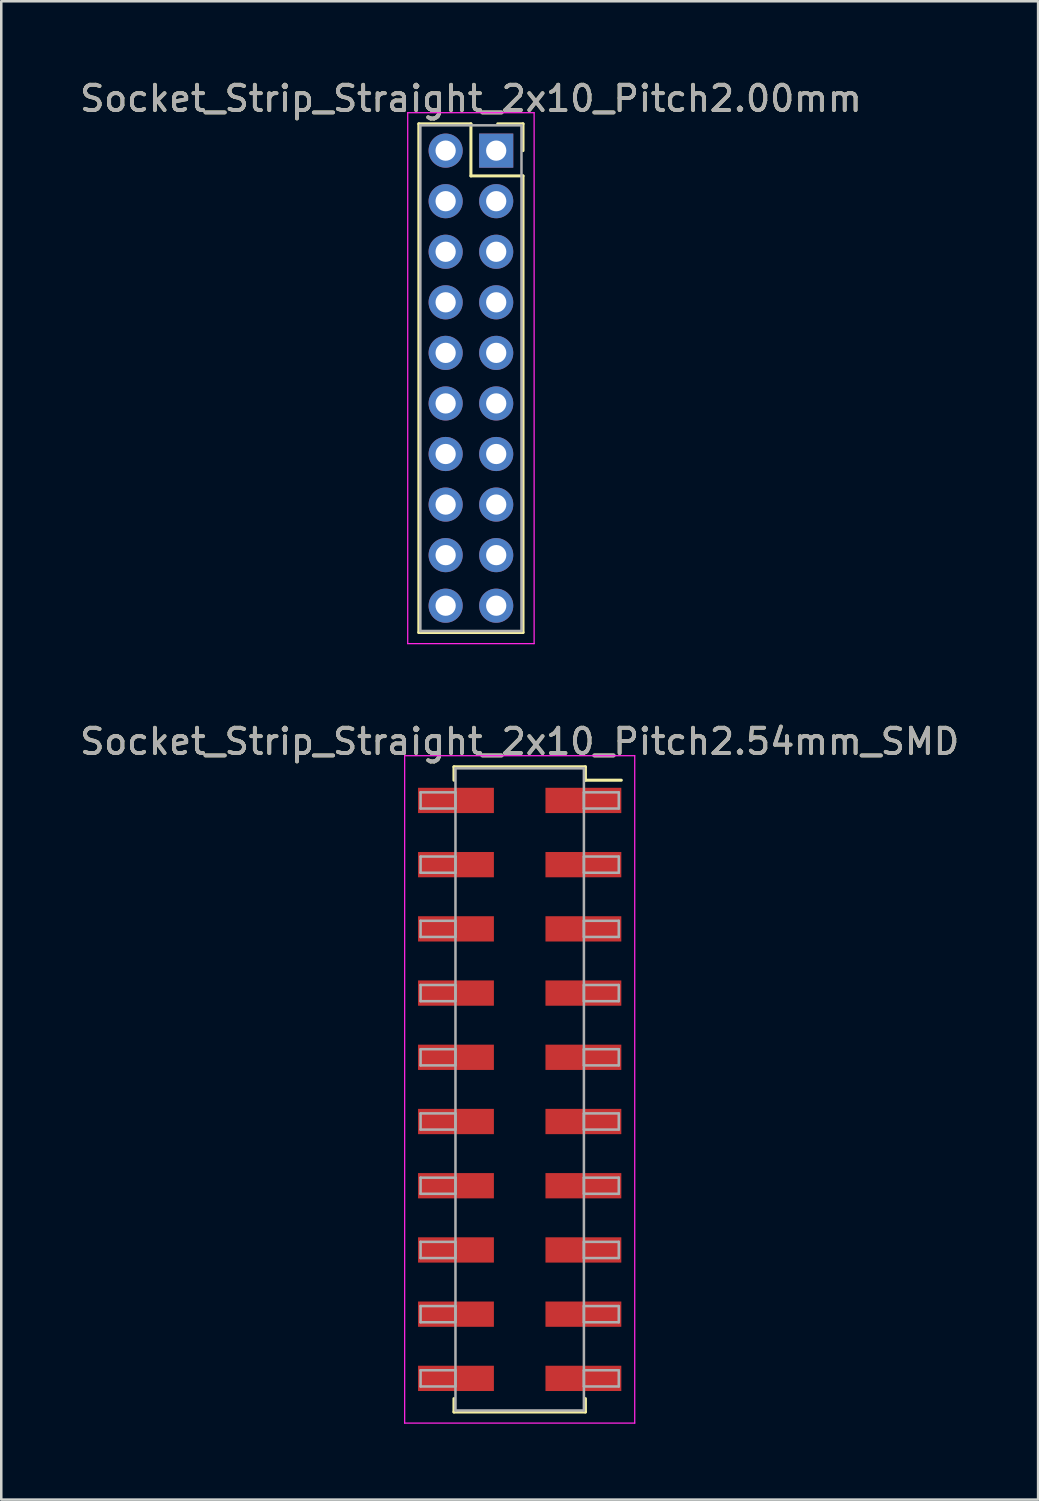
<source format=kicad_pcb>
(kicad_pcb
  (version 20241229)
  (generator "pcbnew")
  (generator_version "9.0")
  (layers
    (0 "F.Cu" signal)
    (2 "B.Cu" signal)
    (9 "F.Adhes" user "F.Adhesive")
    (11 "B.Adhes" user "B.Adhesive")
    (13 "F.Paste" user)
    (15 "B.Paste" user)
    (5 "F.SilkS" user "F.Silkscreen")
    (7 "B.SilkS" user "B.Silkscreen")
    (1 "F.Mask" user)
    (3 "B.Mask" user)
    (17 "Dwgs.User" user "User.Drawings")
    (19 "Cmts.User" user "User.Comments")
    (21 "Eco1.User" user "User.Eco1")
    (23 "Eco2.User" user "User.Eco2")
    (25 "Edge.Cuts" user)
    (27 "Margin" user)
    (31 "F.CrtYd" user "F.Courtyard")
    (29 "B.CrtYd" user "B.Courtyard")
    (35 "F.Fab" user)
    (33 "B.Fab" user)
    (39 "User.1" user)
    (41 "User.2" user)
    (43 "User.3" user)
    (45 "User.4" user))
  (footprint "Socket_Strip_Straight_2x10_Pitch2.54mm_SMD"
    (layer "F.Cu")
    (at 17.506 40.041)
    (property "Reference" "Socket_Strip_Straight_2x10_Pitch2.54mm_SMD" (at 0 -13.76 0) (layer "F.SilkS") (effects (font (size 1 1) (thickness 0.15))))
    (attr smd)
    (fp_line (start -2.6 -12.76) (end 2.6 -12.76) (stroke (width 0.12) (type solid)) (layer "F.SilkS"))
    (fp_line (start -2.6 -12.23) (end -2.6 -12.76) (stroke (width 0.12) (type solid)) (layer "F.SilkS"))
    (fp_line (start -2.6 12.23) (end -2.6 12.76) (stroke (width 0.12) (type solid)) (layer "F.SilkS"))
    (fp_line (start -2.6 12.76) (end 2.6 12.76) (stroke (width 0.12) (type solid)) (layer "F.SilkS"))
    (fp_line (start 2.6 -12.76) (end 2.6 -12.23) (stroke (width 0.12) (type solid)) (layer "F.SilkS"))
    (fp_line (start 2.6 12.76) (end 2.6 12.23) (stroke (width 0.12) (type solid)) (layer "F.SilkS"))
    (fp_line (start 4.02 -12.23) (end 2.6 -12.23) (stroke (width 0.12) (type solid)) (layer "F.SilkS"))
    (fp_line (start -4.55 -13.2) (end -4.55 13.2) (stroke (width 0.05) (type solid)) (layer "F.CrtYd"))
    (fp_line (start -4.55 13.2) (end 4.55 13.2) (stroke (width 0.05) (type solid)) (layer "F.CrtYd"))
    (fp_line (start 4.55 -13.2) (end -4.55 -13.2) (stroke (width 0.05) (type solid)) (layer "F.CrtYd"))
    (fp_line (start 4.55 13.2) (end 4.55 -13.2) (stroke (width 0.05) (type solid)) (layer "F.CrtYd"))
    (fp_line (start -3.92 -11.75) (end -2.54 -11.75) (stroke (width 0.1) (type solid)) (layer "F.Fab"))
    (fp_line (start -3.92 -11.11) (end -3.92 -11.75) (stroke (width 0.1) (type solid)) (layer "F.Fab"))
    (fp_line (start -3.92 -9.21) (end -2.54 -9.21) (stroke (width 0.1) (type solid)) (layer "F.Fab"))
    (fp_line (start -3.92 -8.57) (end -3.92 -9.21) (stroke (width 0.1) (type solid)) (layer "F.Fab"))
    (fp_line (start -3.92 -6.67) (end -2.54 -6.67) (stroke (width 0.1) (type solid)) (layer "F.Fab"))
    (fp_line (start -3.92 -6.03) (end -3.92 -6.67) (stroke (width 0.1) (type solid)) (layer "F.Fab"))
    (fp_line (start -3.92 -4.13) (end -2.54 -4.13) (stroke (width 0.1) (type solid)) (layer "F.Fab"))
    (fp_line (start -3.92 -3.49) (end -3.92 -4.13) (stroke (width 0.1) (type solid)) (layer "F.Fab"))
    (fp_line (start -3.92 -1.59) (end -2.54 -1.59) (stroke (width 0.1) (type solid)) (layer "F.Fab"))
    (fp_line (start -3.92 -0.95) (end -3.92 -1.59) (stroke (width 0.1) (type solid)) (layer "F.Fab"))
    (fp_line (start -3.92 0.95) (end -2.54 0.95) (stroke (width 0.1) (type solid)) (layer "F.Fab"))
    (fp_line (start -3.92 1.59) (end -3.92 0.95) (stroke (width 0.1) (type solid)) (layer "F.Fab"))
    (fp_line (start -3.92 3.49) (end -2.54 3.49) (stroke (width 0.1) (type solid)) (layer "F.Fab"))
    (fp_line (start -3.92 4.13) (end -3.92 3.49) (stroke (width 0.1) (type solid)) (layer "F.Fab"))
    (fp_line (start -3.92 6.03) (end -2.54 6.03) (stroke (width 0.1) (type solid)) (layer "F.Fab"))
    (fp_line (start -3.92 6.67) (end -3.92 6.03) (stroke (width 0.1) (type solid)) (layer "F.Fab"))
    (fp_line (start -3.92 8.57) (end -2.54 8.57) (stroke (width 0.1) (type solid)) (layer "F.Fab"))
    (fp_line (start -3.92 9.21) (end -3.92 8.57) (stroke (width 0.1) (type solid)) (layer "F.Fab"))
    (fp_line (start -3.92 11.11) (end -2.54 11.11) (stroke (width 0.1) (type solid)) (layer "F.Fab"))
    (fp_line (start -3.92 11.75) (end -3.92 11.11) (stroke (width 0.1) (type solid)) (layer "F.Fab"))
    (fp_line (start -2.54 -12.7) (end -2.54 12.7) (stroke (width 0.1) (type solid)) (layer "F.Fab"))
    (fp_line (start -2.54 -11.75) (end -2.54 -11.11) (stroke (width 0.1) (type solid)) (layer "F.Fab"))
    (fp_line (start -2.54 -11.11) (end -3.92 -11.11) (stroke (width 0.1) (type solid)) (layer "F.Fab"))
    (fp_line (start -2.54 -9.21) (end -2.54 -8.57) (stroke (width 0.1) (type solid)) (layer "F.Fab"))
    (fp_line (start -2.54 -8.57) (end -3.92 -8.57) (stroke (width 0.1) (type solid)) (layer "F.Fab"))
    (fp_line (start -2.54 -6.67) (end -2.54 -6.03) (stroke (width 0.1) (type solid)) (layer "F.Fab"))
    (fp_line (start -2.54 -6.03) (end -3.92 -6.03) (stroke (width 0.1) (type solid)) (layer "F.Fab"))
    (fp_line (start -2.54 -4.13) (end -2.54 -3.49) (stroke (width 0.1) (type solid)) (layer "F.Fab"))
    (fp_line (start -2.54 -3.49) (end -3.92 -3.49) (stroke (width 0.1) (type solid)) (layer "F.Fab"))
    (fp_line (start -2.54 -1.59) (end -2.54 -0.95) (stroke (width 0.1) (type solid)) (layer "F.Fab"))
    (fp_line (start -2.54 -0.95) (end -3.92 -0.95) (stroke (width 0.1) (type solid)) (layer "F.Fab"))
    (fp_line (start -2.54 0.95) (end -2.54 1.59) (stroke (width 0.1) (type solid)) (layer "F.Fab"))
    (fp_line (start -2.54 1.59) (end -3.92 1.59) (stroke (width 0.1) (type solid)) (layer "F.Fab"))
    (fp_line (start -2.54 3.49) (end -2.54 4.13) (stroke (width 0.1) (type solid)) (layer "F.Fab"))
    (fp_line (start -2.54 4.13) (end -3.92 4.13) (stroke (width 0.1) (type solid)) (layer "F.Fab"))
    (fp_line (start -2.54 6.03) (end -2.54 6.67) (stroke (width 0.1) (type solid)) (layer "F.Fab"))
    (fp_line (start -2.54 6.67) (end -3.92 6.67) (stroke (width 0.1) (type solid)) (layer "F.Fab"))
    (fp_line (start -2.54 8.57) (end -2.54 9.21) (stroke (width 0.1) (type solid)) (layer "F.Fab"))
    (fp_line (start -2.54 9.21) (end -3.92 9.21) (stroke (width 0.1) (type solid)) (layer "F.Fab"))
    (fp_line (start -2.54 11.11) (end -2.54 11.75) (stroke (width 0.1) (type solid)) (layer "F.Fab"))
    (fp_line (start -2.54 11.75) (end -3.92 11.75) (stroke (width 0.1) (type solid)) (layer "F.Fab"))
    (fp_line (start -2.54 12.7) (end 2.54 12.7) (stroke (width 0.1) (type solid)) (layer "F.Fab"))
    (fp_line (start 2.54 -12.7) (end -2.54 -12.7) (stroke (width 0.1) (type solid)) (layer "F.Fab"))
    (fp_line (start 2.54 -11.75) (end 2.54 -11.11) (stroke (width 0.1) (type solid)) (layer "F.Fab"))
    (fp_line (start 2.54 -11.11) (end 3.92 -11.11) (stroke (width 0.1) (type solid)) (layer "F.Fab"))
    (fp_line (start 2.54 -9.21) (end 2.54 -8.57) (stroke (width 0.1) (type solid)) (layer "F.Fab"))
    (fp_line (start 2.54 -8.57) (end 3.92 -8.57) (stroke (width 0.1) (type solid)) (layer "F.Fab"))
    (fp_line (start 2.54 -6.67) (end 2.54 -6.03) (stroke (width 0.1) (type solid)) (layer "F.Fab"))
    (fp_line (start 2.54 -6.03) (end 3.92 -6.03) (stroke (width 0.1) (type solid)) (layer "F.Fab"))
    (fp_line (start 2.54 -4.13) (end 2.54 -3.49) (stroke (width 0.1) (type solid)) (layer "F.Fab"))
    (fp_line (start 2.54 -3.49) (end 3.92 -3.49) (stroke (width 0.1) (type solid)) (layer "F.Fab"))
    (fp_line (start 2.54 -1.59) (end 2.54 -0.95) (stroke (width 0.1) (type solid)) (layer "F.Fab"))
    (fp_line (start 2.54 -0.95) (end 3.92 -0.95) (stroke (width 0.1) (type solid)) (layer "F.Fab"))
    (fp_line (start 2.54 0.95) (end 2.54 1.59) (stroke (width 0.1) (type solid)) (layer "F.Fab"))
    (fp_line (start 2.54 1.59) (end 3.92 1.59) (stroke (width 0.1) (type solid)) (layer "F.Fab"))
    (fp_line (start 2.54 3.49) (end 2.54 4.13) (stroke (width 0.1) (type solid)) (layer "F.Fab"))
    (fp_line (start 2.54 4.13) (end 3.92 4.13) (stroke (width 0.1) (type solid)) (layer "F.Fab"))
    (fp_line (start 2.54 6.03) (end 2.54 6.67) (stroke (width 0.1) (type solid)) (layer "F.Fab"))
    (fp_line (start 2.54 6.67) (end 3.92 6.67) (stroke (width 0.1) (type solid)) (layer "F.Fab"))
    (fp_line (start 2.54 8.57) (end 2.54 9.21) (stroke (width 0.1) (type solid)) (layer "F.Fab"))
    (fp_line (start 2.54 9.21) (end 3.92 9.21) (stroke (width 0.1) (type solid)) (layer "F.Fab"))
    (fp_line (start 2.54 11.11) (end 2.54 11.75) (stroke (width 0.1) (type solid)) (layer "F.Fab"))
    (fp_line (start 2.54 11.75) (end 3.92 11.75) (stroke (width 0.1) (type solid)) (layer "F.Fab"))
    (fp_line (start 2.54 12.7) (end 2.54 -12.7) (stroke (width 0.1) (type solid)) (layer "F.Fab"))
    (fp_line (start 3.92 -11.75) (end 2.54 -11.75) (stroke (width 0.1) (type solid)) (layer "F.Fab"))
    (fp_line (start 3.92 -11.11) (end 3.92 -11.75) (stroke (width 0.1) (type solid)) (layer "F.Fab"))
    (fp_line (start 3.92 -9.21) (end 2.54 -9.21) (stroke (width 0.1) (type solid)) (layer "F.Fab"))
    (fp_line (start 3.92 -8.57) (end 3.92 -9.21) (stroke (width 0.1) (type solid)) (layer "F.Fab"))
    (fp_line (start 3.92 -6.67) (end 2.54 -6.67) (stroke (width 0.1) (type solid)) (layer "F.Fab"))
    (fp_line (start 3.92 -6.03) (end 3.92 -6.67) (stroke (width 0.1) (type solid)) (layer "F.Fab"))
    (fp_line (start 3.92 -4.13) (end 2.54 -4.13) (stroke (width 0.1) (type solid)) (layer "F.Fab"))
    (fp_line (start 3.92 -3.49) (end 3.92 -4.13) (stroke (width 0.1) (type solid)) (layer "F.Fab"))
    (fp_line (start 3.92 -1.59) (end 2.54 -1.59) (stroke (width 0.1) (type solid)) (layer "F.Fab"))
    (fp_line (start 3.92 -0.95) (end 3.92 -1.59) (stroke (width 0.1) (type solid)) (layer "F.Fab"))
    (fp_line (start 3.92 0.95) (end 2.54 0.95) (stroke (width 0.1) (type solid)) (layer "F.Fab"))
    (fp_line (start 3.92 1.59) (end 3.92 0.95) (stroke (width 0.1) (type solid)) (layer "F.Fab"))
    (fp_line (start 3.92 3.49) (end 2.54 3.49) (stroke (width 0.1) (type solid)) (layer "F.Fab"))
    (fp_line (start 3.92 4.13) (end 3.92 3.49) (stroke (width 0.1) (type solid)) (layer "F.Fab"))
    (fp_line (start 3.92 6.03) (end 2.54 6.03) (stroke (width 0.1) (type solid)) (layer "F.Fab"))
    (fp_line (start 3.92 6.67) (end 3.92 6.03) (stroke (width 0.1) (type solid)) (layer "F.Fab"))
    (fp_line (start 3.92 8.57) (end 2.54 8.57) (stroke (width 0.1) (type solid)) (layer "F.Fab"))
    (fp_line (start 3.92 9.21) (end 3.92 8.57) (stroke (width 0.1) (type solid)) (layer "F.Fab"))
    (fp_line (start 3.92 11.11) (end 2.54 11.11) (stroke (width 0.1) (type solid)) (layer "F.Fab"))
    (fp_line (start 3.92 11.75) (end 3.92 11.11) (stroke (width 0.1) (type solid)) (layer "F.Fab"))
    (fp_text user "${REFERENCE}" (at 0 -13.76 0) (layer "F.Fab") (effects (font (size 1 1) (thickness 0.15))))
    (pad "1" smd rect (at 2.52 -11.43) (size 3 1) (layers "F.Cu" "F.Mask" "F.Paste"))
    (pad "2" smd rect (at -2.52 -11.43) (size 3 1) (layers "F.Cu" "F.Mask" "F.Paste"))
    (pad "3" smd rect (at 2.52 -8.89) (size 3 1) (layers "F.Cu" "F.Mask" "F.Paste"))
    (pad "4" smd rect (at -2.52 -8.89) (size 3 1) (layers "F.Cu" "F.Mask" "F.Paste"))
    (pad "5" smd rect (at 2.52 -6.35) (size 3 1) (layers "F.Cu" "F.Mask" "F.Paste"))
    (pad "6" smd rect (at -2.52 -6.35) (size 3 1) (layers "F.Cu" "F.Mask" "F.Paste"))
    (pad "7" smd rect (at 2.52 -3.81) (size 3 1) (layers "F.Cu" "F.Mask" "F.Paste"))
    (pad "8" smd rect (at -2.52 -3.81) (size 3 1) (layers "F.Cu" "F.Mask" "F.Paste"))
    (pad "9" smd rect (at 2.52 -1.27) (size 3 1) (layers "F.Cu" "F.Mask" "F.Paste"))
    (pad "10" smd rect (at -2.52 -1.27) (size 3 1) (layers "F.Cu" "F.Mask" "F.Paste"))
    (pad "11" smd rect (at 2.52 1.27) (size 3 1) (layers "F.Cu" "F.Mask" "F.Paste"))
    (pad "12" smd rect (at -2.52 1.27) (size 3 1) (layers "F.Cu" "F.Mask" "F.Paste"))
    (pad "13" smd rect (at 2.52 3.81) (size 3 1) (layers "F.Cu" "F.Mask" "F.Paste"))
    (pad "14" smd rect (at -2.52 3.81) (size 3 1) (layers "F.Cu" "F.Mask" "F.Paste"))
    (pad "15" smd rect (at 2.52 6.35) (size 3 1) (layers "F.Cu" "F.Mask" "F.Paste"))
    (pad "16" smd rect (at -2.52 6.35) (size 3 1) (layers "F.Cu" "F.Mask" "F.Paste"))
    (pad "17" smd rect (at 2.52 8.89) (size 3 1) (layers "F.Cu" "F.Mask" "F.Paste"))
    (pad "18" smd rect (at -2.52 8.89) (size 3 1) (layers "F.Cu" "F.Mask" "F.Paste"))
    (pad "19" smd rect (at 2.52 11.43) (size 3 1) (layers "F.Cu" "F.Mask" "F.Paste"))
    (pad "20" smd rect (at -2.52 11.43) (size 3 1) (layers "F.Cu" "F.Mask" "F.Paste")))
  (footprint "Socket_Strip_Straight_2x10_Pitch2.00mm"
    (layer "F.Cu")
    (at 16.577 2.908)
    (property "Reference" "Socket_Strip_Straight_2x10_Pitch2.00mm" (at -1 -2.06 0) (layer "F.SilkS") (effects (font (size 1 1) (thickness 0.15))))
    (attr through_hole)
    (fp_line (start -3.06 -1.06) (end -1 -1.06) (stroke (width 0.12) (type solid)) (layer "F.SilkS"))
    (fp_line (start -3.06 19.06) (end -3.06 -1.06) (stroke (width 0.12) (type solid)) (layer "F.SilkS"))
    (fp_line (start -1 -1.06) (end -1 1) (stroke (width 0.12) (type solid)) (layer "F.SilkS"))
    (fp_line (start -1 1) (end 1.06 1) (stroke (width 0.12) (type solid)) (layer "F.SilkS"))
    (fp_line (start 1.06 -1.06) (end 0.06 -1.06) (stroke (width 0.12) (type solid)) (layer "F.SilkS"))
    (fp_line (start 1.06 0) (end 1.06 -1.06) (stroke (width 0.12) (type solid)) (layer "F.SilkS"))
    (fp_line (start 1.06 1) (end 1.06 19.06) (stroke (width 0.12) (type solid)) (layer "F.SilkS"))
    (fp_line (start 1.06 19.06) (end -3.06 19.06) (stroke (width 0.12) (type solid)) (layer "F.SilkS"))
    (fp_line (start -3.5 -1.5) (end -3.5 19.5) (stroke (width 0.05) (type solid)) (layer "F.CrtYd"))
    (fp_line (start -3.5 19.5) (end 1.5 19.5) (stroke (width 0.05) (type solid)) (layer "F.CrtYd"))
    (fp_line (start 1.5 -1.5) (end -3.5 -1.5) (stroke (width 0.05) (type solid)) (layer "F.CrtYd"))
    (fp_line (start 1.5 19.5) (end 1.5 -1.5) (stroke (width 0.05) (type solid)) (layer "F.CrtYd"))
    (fp_line (start -3 -1) (end -3 19) (stroke (width 0.1) (type solid)) (layer "F.Fab"))
    (fp_line (start -3 19) (end 1 19) (stroke (width 0.1) (type solid)) (layer "F.Fab"))
    (fp_line (start 1 -1) (end -3 -1) (stroke (width 0.1) (type solid)) (layer "F.Fab"))
    (fp_line (start 1 19) (end 1 -1) (stroke (width 0.1) (type solid)) (layer "F.Fab"))
    (fp_text user "${REFERENCE}" (at -1 -2.06 0) (layer "F.Fab") (effects (font (size 1 1) (thickness 0.15))))
    (pad "1" thru_hole rect (at 0 0) (size 1.35 1.35) (drill 0.8) (layers "*.Cu" "*.Mask"))
    (pad "2" thru_hole oval (at -2 0) (size 1.35 1.35) (drill 0.8) (layers "*.Cu" "*.Mask"))
    (pad "3" thru_hole oval (at 0 2) (size 1.35 1.35) (drill 0.8) (layers "*.Cu" "*.Mask"))
    (pad "4" thru_hole oval (at -2 2) (size 1.35 1.35) (drill 0.8) (layers "*.Cu" "*.Mask"))
    (pad "5" thru_hole oval (at 0 4) (size 1.35 1.35) (drill 0.8) (layers "*.Cu" "*.Mask"))
    (pad "6" thru_hole oval (at -2 4) (size 1.35 1.35) (drill 0.8) (layers "*.Cu" "*.Mask"))
    (pad "7" thru_hole oval (at 0 6) (size 1.35 1.35) (drill 0.8) (layers "*.Cu" "*.Mask"))
    (pad "8" thru_hole oval (at -2 6) (size 1.35 1.35) (drill 0.8) (layers "*.Cu" "*.Mask"))
    (pad "9" thru_hole oval (at 0 8) (size 1.35 1.35) (drill 0.8) (layers "*.Cu" "*.Mask"))
    (pad "10" thru_hole oval (at -2 8) (size 1.35 1.35) (drill 0.8) (layers "*.Cu" "*.Mask"))
    (pad "11" thru_hole oval (at 0 10) (size 1.35 1.35) (drill 0.8) (layers "*.Cu" "*.Mask"))
    (pad "12" thru_hole oval (at -2 10) (size 1.35 1.35) (drill 0.8) (layers "*.Cu" "*.Mask"))
    (pad "13" thru_hole oval (at 0 12) (size 1.35 1.35) (drill 0.8) (layers "*.Cu" "*.Mask"))
    (pad "14" thru_hole oval (at -2 12) (size 1.35 1.35) (drill 0.8) (layers "*.Cu" "*.Mask"))
    (pad "15" thru_hole oval (at 0 14) (size 1.35 1.35) (drill 0.8) (layers "*.Cu" "*.Mask"))
    (pad "16" thru_hole oval (at -2 14) (size 1.35 1.35) (drill 0.8) (layers "*.Cu" "*.Mask"))
    (pad "17" thru_hole oval (at 0 16) (size 1.35 1.35) (drill 0.8) (layers "*.Cu" "*.Mask"))
    (pad "18" thru_hole oval (at -2 16) (size 1.35 1.35) (drill 0.8) (layers "*.Cu" "*.Mask"))
    (pad "19" thru_hole oval (at 0 18) (size 1.35 1.35) (drill 0.8) (layers "*.Cu" "*.Mask"))
    (pad "20" thru_hole oval (at -2 18) (size 1.35 1.35) (drill 0.8) (layers "*.Cu" "*.Mask")))
  (gr_rect
    (start -3 -3)
    (end 38.012 56.267)
    (stroke (width 0.1) (type default))
    (fill no)
    (layer "Edge.Cuts")))
</source>
